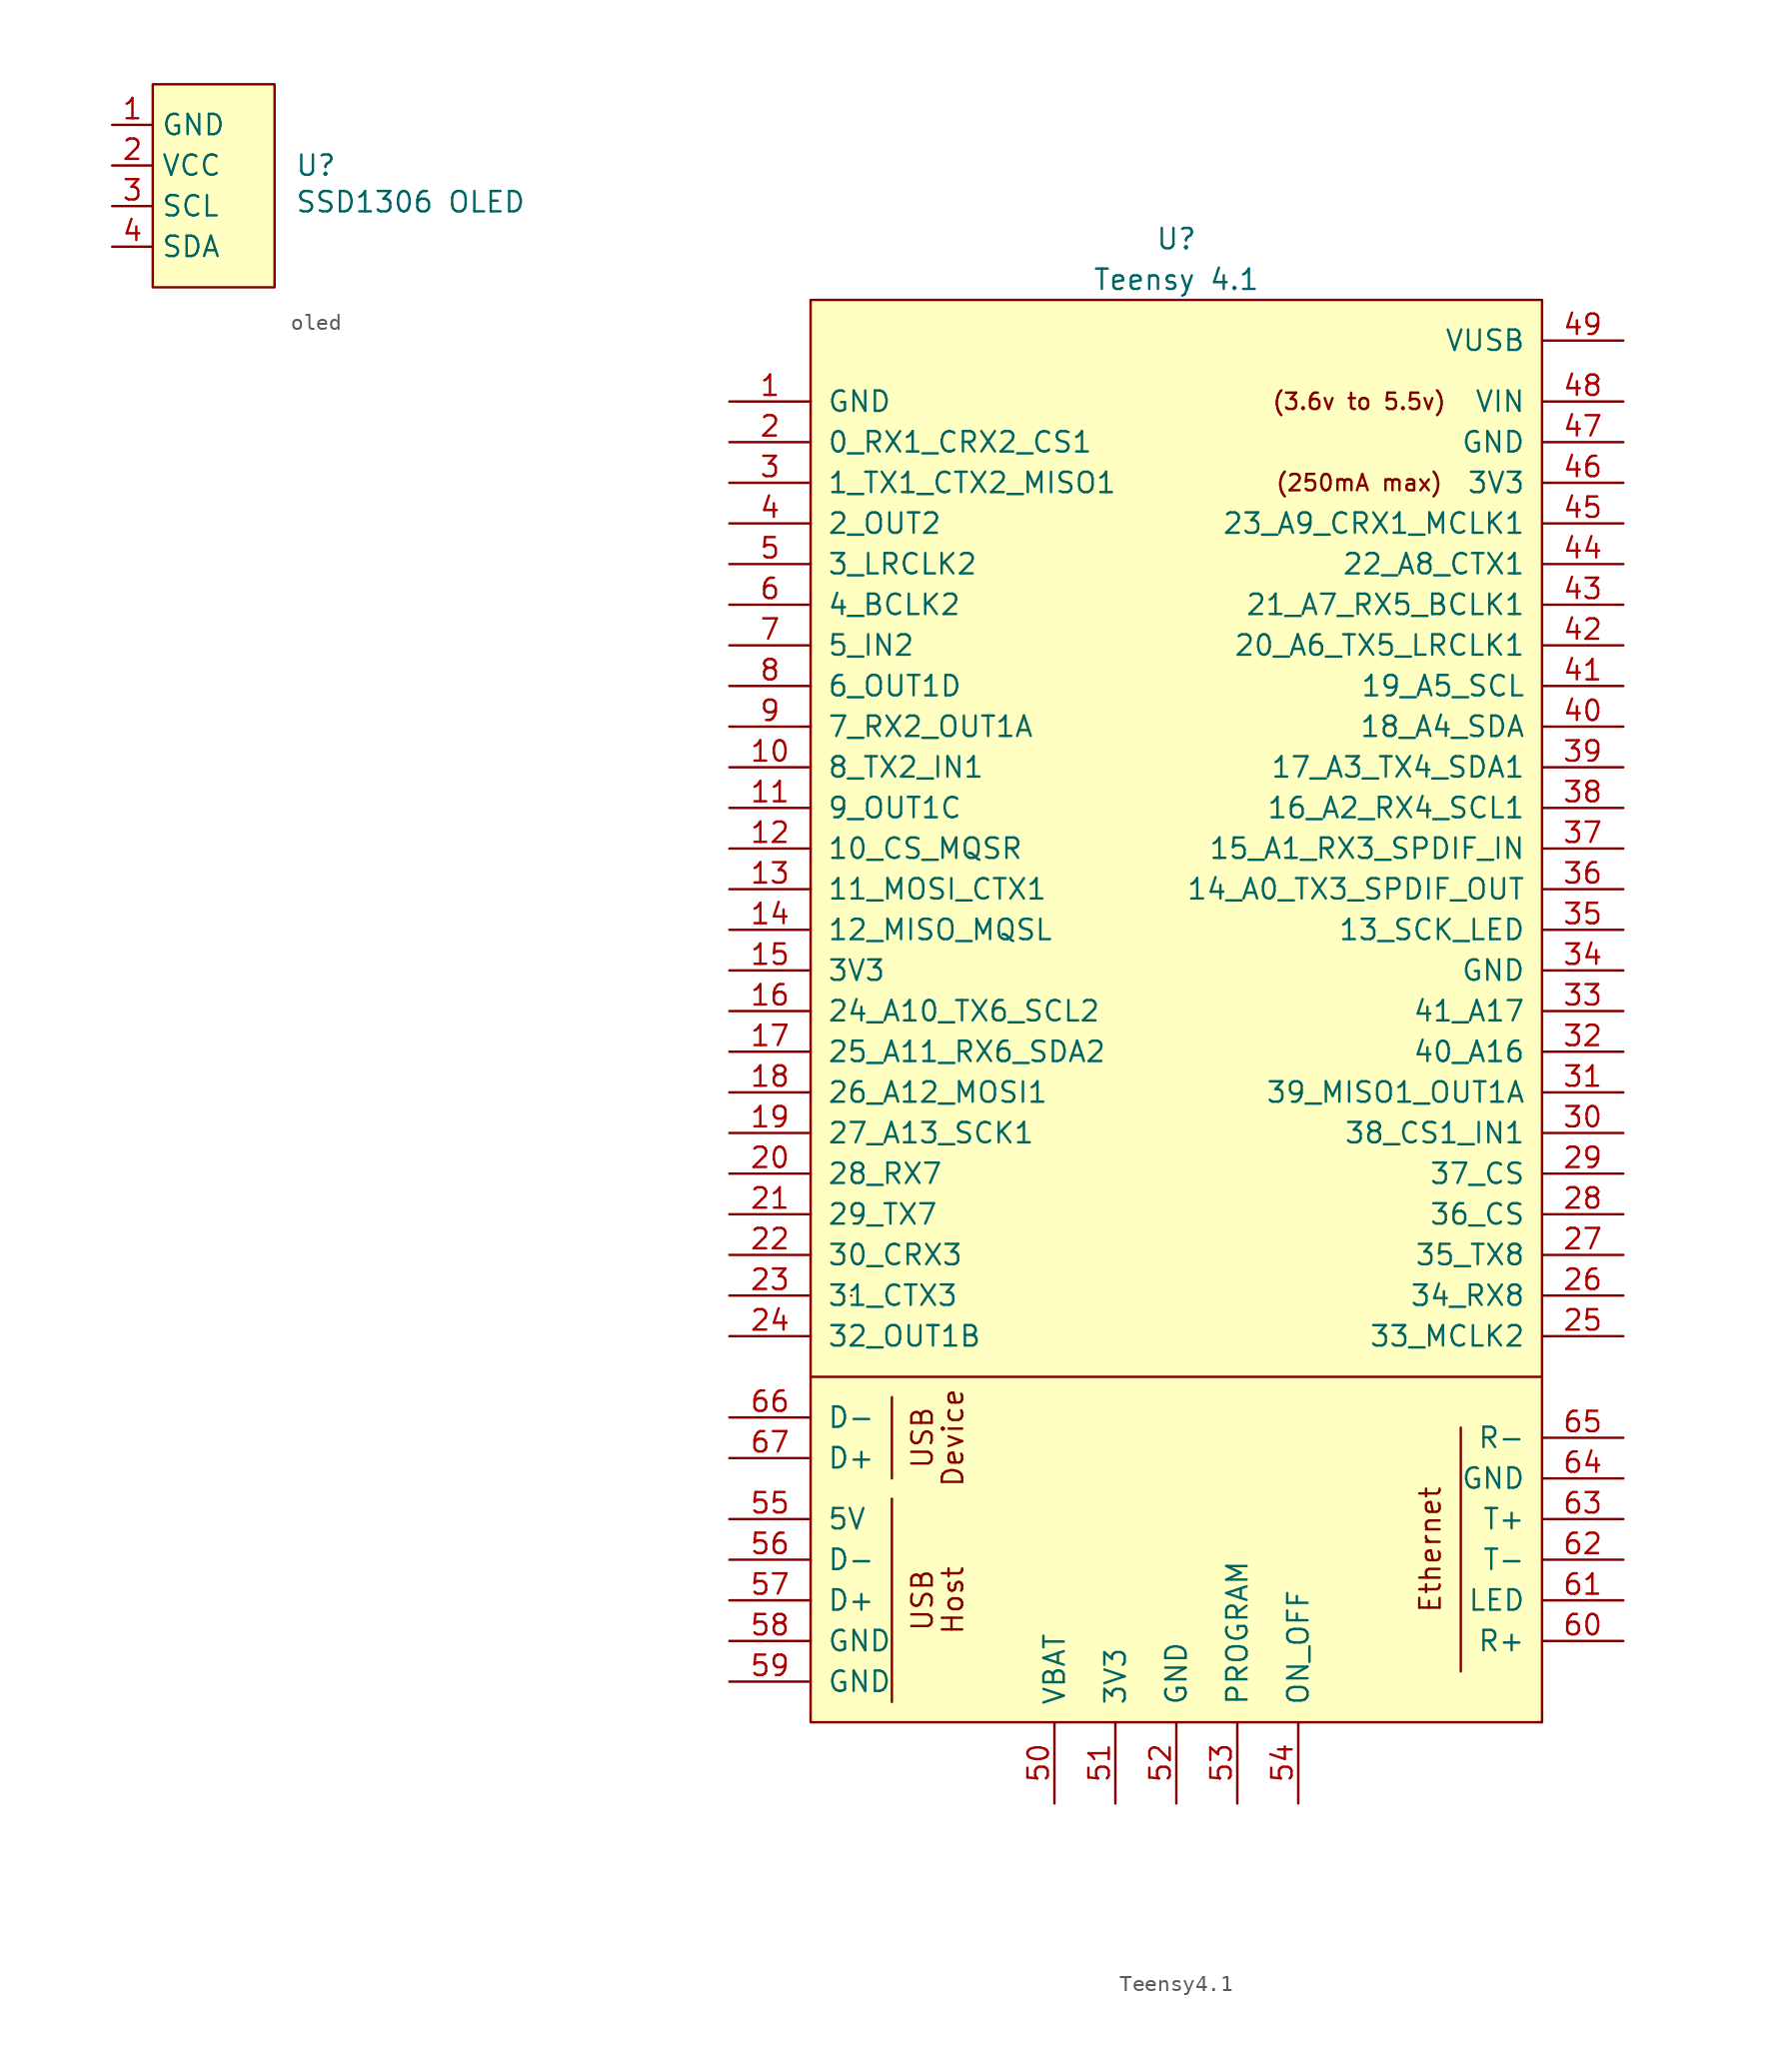
<source format=kicad_sym>
(kicad_symbol_lib
  (version 20241209)
  (generator "kicad_symbol_editor")
  (generator_version "9.0")
  (symbol "oled"
    (property "Reference" "U"
      (at 5.08 -6.35 0)
      (effects (font (size 1.27 1.27)) (justify left)))
    (property "Value" "SSD1306 OLED"
      (at 5.08 -8.636 0)
      (effects (font (size 1.27 1.27)) (justify left)))
    (symbol "oled_0_0"
      (pin passive line (at -6.35 -3.81 0) (length 2.54) (name "GND" (effects (font (size 1.27 1.27)))) (number "1" (effects (font (size 1.27 1.27)))))
      (pin passive line (at -6.35 -6.35 0) (length 2.54) (name "VCC" (effects (font (size 1.27 1.27)))) (number "2" (effects (font (size 1.27 1.27)))))
      (pin passive line (at -6.35 -8.89 0) (length 2.54) (name "SCL" (effects (font (size 1.27 1.27)))) (number "3" (effects (font (size 1.27 1.27)))))
      (pin passive line (at -6.35 -11.43 0) (length 2.54) (name "SDA" (effects (font (size 1.27 1.27)))) (number "4" (effects (font (size 1.27 1.27))))))
    (symbol "oled_1_1"
      (rectangle (start -3.81 -1.27) (end 3.81 -13.97) (stroke (width 0) (type solid)) (fill (type color) (color 255 255 194 1)))))
  (symbol "Teensy4.1"
    (pin_names
      (offset 1.016))
    (property "Reference" "U"
      (at 0 64.77 0)
      (effects (font (size 1.27 1.27))))
    (property "Value" "Teensy 4.1"
      (at 0 62.23 0)
      (effects (font (size 1.27 1.27))))
    (symbol "Teensy4.1_0_0"
      (polyline (pts (xy -22.86 -6.35) (xy 22.86 -6.35)) (stroke (width 0) (type solid)) (fill (type none)))
      (polyline (pts (xy -17.78 -7.62) (xy -17.78 -12.7)) (stroke (width 0) (type solid)) (fill (type none)))
      (polyline (pts (xy -17.78 -26.67) (xy -17.78 -13.97)) (stroke (width 0) (type solid)) (fill (type none)))
      (polyline (pts (xy 17.78 -9.525) (xy 17.78 -24.765)) (stroke (width 0) (type solid)) (fill (type none)))
      (text "USB" (at -15.875 -10.16 900) (effects (font (size 1.27 1.27))))
      (text "USB" (at -15.875 -20.32 900) (effects (font (size 1.27 1.27))))
      (text "Device" (at -13.97 -10.16 900) (effects (font (size 1.27 1.27))))
      (text "Host" (at -13.97 -20.32 900) (effects (font (size 1.27 1.27))))
      (text "(3.6v to 5.5v)" (at 11.43 54.61 0) (effects (font (size 1.016 1.016))))
      (text "(250mA max)" (at 11.43 49.53 0) (effects (font (size 1.016 1.016))))
      (text "Ethernet" (at 15.875 -17.145 900) (effects (font (size 1.27 1.27))))
      (pin bidirectional line (at -27.94 44.45 0) (length 5.08) (name "3_LRCLK2" (effects (font (size 1.27 1.27)))) (number "5" (effects (font (size 1.27 1.27)))))
      (pin bidirectional line (at -27.94 41.91 0) (length 5.08) (name "4_BCLK2" (effects (font (size 1.27 1.27)))) (number "6" (effects (font (size 1.27 1.27)))))
      (pin bidirectional line (at -27.94 39.37 0) (length 5.08) (name "5_IN2" (effects (font (size 1.27 1.27)))) (number "7" (effects (font (size 1.27 1.27)))))
      (pin bidirectional line (at -27.94 36.83 0) (length 5.08) (name "6_OUT1D" (effects (font (size 1.27 1.27)))) (number "8" (effects (font (size 1.27 1.27)))))
      (pin bidirectional line (at -27.94 34.29 0) (length 5.08) (name "7_RX2_OUT1A" (effects (font (size 1.27 1.27)))) (number "9" (effects (font (size 1.27 1.27)))))
      (pin bidirectional line (at -27.94 31.75 0) (length 5.08) (name "8_TX2_IN1" (effects (font (size 1.27 1.27)))) (number "10" (effects (font (size 1.27 1.27)))))
      (pin bidirectional line (at -27.94 29.21 0) (length 5.08) (name "9_OUT1C" (effects (font (size 1.27 1.27)))) (number "11" (effects (font (size 1.27 1.27)))))
      (pin bidirectional line (at -27.94 26.67 0) (length 5.08) (name "10_CS_MQSR" (effects (font (size 1.27 1.27)))) (number "12" (effects (font (size 1.27 1.27)))))
      (pin bidirectional line (at -27.94 24.13 0) (length 5.08) (name "11_MOSI_CTX1" (effects (font (size 1.27 1.27)))) (number "13" (effects (font (size 1.27 1.27)))))
      (pin bidirectional line (at -27.94 21.59 0) (length 5.08) (name "12_MISO_MQSL" (effects (font (size 1.27 1.27)))) (number "14" (effects (font (size 1.27 1.27)))))
      (pin power_in line (at -27.94 19.05 0) (length 5.08) (name "3V3" (effects (font (size 1.27 1.27)))) (number "15" (effects (font (size 1.27 1.27)))))
      (pin bidirectional line (at -27.94 16.51 0) (length 5.08) (name "24_A10_TX6_SCL2" (effects (font (size 1.27 1.27)))) (number "16" (effects (font (size 1.27 1.27)))))
      (pin bidirectional line (at -27.94 13.97 0) (length 5.08) (name "25_A11_RX6_SDA2" (effects (font (size 1.27 1.27)))) (number "17" (effects (font (size 1.27 1.27)))))
      (pin bidirectional line (at -27.94 11.43 0) (length 5.08) (name "26_A12_MOSI1" (effects (font (size 1.27 1.27)))) (number "18" (effects (font (size 1.27 1.27)))))
      (pin bidirectional line (at -27.94 8.89 0) (length 5.08) (name "27_A13_SCK1" (effects (font (size 1.27 1.27)))) (number "19" (effects (font (size 1.27 1.27)))))
      (pin bidirectional line (at -27.94 6.35 0) (length 5.08) (name "28_RX7" (effects (font (size 1.27 1.27)))) (number "20" (effects (font (size 1.27 1.27)))))
      (pin bidirectional line (at -27.94 3.81 0) (length 5.08) (name "29_TX7" (effects (font (size 1.27 1.27)))) (number "21" (effects (font (size 1.27 1.27)))))
      (pin bidirectional line (at -27.94 1.27 0) (length 5.08) (name "30_CRX3" (effects (font (size 1.27 1.27)))) (number "22" (effects (font (size 1.27 1.27)))))
      (pin bidirectional line (at -27.94 -1.27 0) (length 5.08) (name "31_CTX3" (effects (font (size 1.27 1.27)))) (number "23" (effects (font (size 1.27 1.27)))))
      (pin bidirectional line (at -27.94 -3.81 0) (length 5.08) (name "32_OUT1B" (effects (font (size 1.27 1.27)))) (number "24" (effects (font (size 1.27 1.27)))))
      (pin bidirectional line (at -27.94 -8.89 0) (length 5.08) (name "D-" (effects (font (size 1.27 1.27)))) (number "66" (effects (font (size 1.27 1.27)))))
      (pin bidirectional line (at -27.94 -11.43 0) (length 5.08) (name "D+" (effects (font (size 1.27 1.27)))) (number "67" (effects (font (size 1.27 1.27)))))
      (pin power_out line (at -27.94 -15.24 0) (length 5.08) (name "5V" (effects (font (size 1.27 1.27)))) (number "55" (effects (font (size 1.27 1.27)))))
      (pin bidirectional line (at -27.94 -17.78 0) (length 5.08) (name "D-" (effects (font (size 1.27 1.27)))) (number "56" (effects (font (size 1.27 1.27)))))
      (pin bidirectional line (at -27.94 -20.32 0) (length 5.08) (name "D+" (effects (font (size 1.27 1.27)))) (number "57" (effects (font (size 1.27 1.27)))))
      (pin power_in line (at -27.94 -22.86 0) (length 5.08) (name "GND" (effects (font (size 1.27 1.27)))) (number "58" (effects (font (size 1.27 1.27)))))
      (pin power_in line (at -27.94 -25.4 0) (length 5.08) (name "GND" (effects (font (size 1.27 1.27)))) (number "59" (effects (font (size 1.27 1.27)))))
      (pin power_in line (at -7.62 -33.02 90) (length 5.08) (name "VBAT" (effects (font (size 1.27 1.27)))) (number "50" (effects (font (size 1.27 1.27)))))
      (pin power_in line (at -3.81 -33.02 90) (length 5.08) (name "3V3" (effects (font (size 1.27 1.27)))) (number "51" (effects (font (size 1.27 1.27)))))
      (pin input line (at 0 -33.02 90) (length 5.08) (name "GND" (effects (font (size 1.27 1.27)))) (number "52" (effects (font (size 1.27 1.27)))))
      (pin input line (at 3.81 -33.02 90) (length 5.08) (name "PROGRAM" (effects (font (size 1.27 1.27)))) (number "53" (effects (font (size 1.27 1.27)))))
      (pin input line (at 7.62 -33.02 90) (length 5.08) (name "ON_OFF" (effects (font (size 1.27 1.27)))) (number "54" (effects (font (size 1.27 1.27)))))
      (pin power_out line (at 27.94 58.42 180) (length 5.08) (name "VUSB" (effects (font (size 1.27 1.27)))) (number "49" (effects (font (size 1.27 1.27)))))
      (pin power_in line (at 27.94 54.61 180) (length 5.08) (name "VIN" (effects (font (size 1.27 1.27)))) (number "48" (effects (font (size 1.27 1.27)))))
      (pin output line (at 27.94 52.07 180) (length 5.08) (name "GND" (effects (font (size 1.27 1.27)))) (number "47" (effects (font (size 1.27 1.27)))))
      (pin output line (at 27.94 49.53 180) (length 5.08) (name "3V3" (effects (font (size 1.27 1.27)))) (number "46" (effects (font (size 1.27 1.27)))))
      (pin bidirectional line (at 27.94 46.99 180) (length 5.08) (name "23_A9_CRX1_MCLK1" (effects (font (size 1.27 1.27)))) (number "45" (effects (font (size 1.27 1.27)))))
      (pin bidirectional line (at 27.94 44.45 180) (length 5.08) (name "22_A8_CTX1" (effects (font (size 1.27 1.27)))) (number "44" (effects (font (size 1.27 1.27)))))
      (pin bidirectional line (at 27.94 41.91 180) (length 5.08) (name "21_A7_RX5_BCLK1" (effects (font (size 1.27 1.27)))) (number "43" (effects (font (size 1.27 1.27)))))
      (pin bidirectional line (at 27.94 39.37 180) (length 5.08) (name "20_A6_TX5_LRCLK1" (effects (font (size 1.27 1.27)))) (number "42" (effects (font (size 1.27 1.27)))))
      (pin bidirectional line (at 27.94 36.83 180) (length 5.08) (name "19_A5_SCL" (effects (font (size 1.27 1.27)))) (number "41" (effects (font (size 1.27 1.27)))))
      (pin bidirectional line (at 27.94 34.29 180) (length 5.08) (name "18_A4_SDA" (effects (font (size 1.27 1.27)))) (number "40" (effects (font (size 1.27 1.27)))))
      (pin bidirectional line (at 27.94 31.75 180) (length 5.08) (name "17_A3_TX4_SDA1" (effects (font (size 1.27 1.27)))) (number "39" (effects (font (size 1.27 1.27)))))
      (pin bidirectional line (at 27.94 29.21 180) (length 5.08) (name "16_A2_RX4_SCL1" (effects (font (size 1.27 1.27)))) (number "38" (effects (font (size 1.27 1.27)))))
      (pin bidirectional line (at 27.94 26.67 180) (length 5.08) (name "15_A1_RX3_SPDIF_IN" (effects (font (size 1.27 1.27)))) (number "37" (effects (font (size 1.27 1.27)))))
      (pin bidirectional line (at 27.94 24.13 180) (length 5.08) (name "14_A0_TX3_SPDIF_OUT" (effects (font (size 1.27 1.27)))) (number "36" (effects (font (size 1.27 1.27)))))
      (pin bidirectional line (at 27.94 21.59 180) (length 5.08) (name "13_SCK_LED" (effects (font (size 1.27 1.27)))) (number "35" (effects (font (size 1.27 1.27)))))
      (pin bidirectional line (at 27.94 16.51 180) (length 5.08) (name "41_A17" (effects (font (size 1.27 1.27)))) (number "33" (effects (font (size 1.27 1.27)))))
      (pin bidirectional line (at 27.94 13.97 180) (length 5.08) (name "40_A16" (effects (font (size 1.27 1.27)))) (number "32" (effects (font (size 1.27 1.27)))))
      (pin bidirectional line (at 27.94 11.43 180) (length 5.08) (name "39_MISO1_OUT1A" (effects (font (size 1.27 1.27)))) (number "31" (effects (font (size 1.27 1.27)))))
      (pin bidirectional line (at 27.94 8.89 180) (length 5.08) (name "38_CS1_IN1" (effects (font (size 1.27 1.27)))) (number "30" (effects (font (size 1.27 1.27)))))
      (pin bidirectional line (at 27.94 6.35 180) (length 5.08) (name "37_CS" (effects (font (size 1.27 1.27)))) (number "29" (effects (font (size 1.27 1.27)))))
      (pin bidirectional line (at 27.94 3.81 180) (length 5.08) (name "36_CS" (effects (font (size 1.27 1.27)))) (number "28" (effects (font (size 1.27 1.27)))))
      (pin bidirectional line (at 27.94 1.27 180) (length 5.08) (name "35_TX8" (effects (font (size 1.27 1.27)))) (number "27" (effects (font (size 1.27 1.27)))))
      (pin bidirectional line (at 27.94 -1.27 180) (length 5.08) (name "34_RX8" (effects (font (size 1.27 1.27)))) (number "26" (effects (font (size 1.27 1.27)))))
      (pin bidirectional line (at 27.94 -3.81 180) (length 5.08) (name "33_MCLK2" (effects (font (size 1.27 1.27)))) (number "25" (effects (font (size 1.27 1.27)))))
      (pin bidirectional line (at 27.94 -10.16 180) (length 5.08) (name "R-" (effects (font (size 1.27 1.27)))) (number "65" (effects (font (size 1.27 1.27)))))
      (pin power_in line (at 27.94 -12.7 180) (length 5.08) (name "GND" (effects (font (size 1.27 1.27)))) (number "64" (effects (font (size 1.27 1.27)))))
      (pin bidirectional line (at 27.94 -15.24 180) (length 5.08) (name "T+" (effects (font (size 1.27 1.27)))) (number "63" (effects (font (size 1.27 1.27)))))
      (pin bidirectional line (at 27.94 -17.78 180) (length 5.08) (name "T-" (effects (font (size 1.27 1.27)))) (number "62" (effects (font (size 1.27 1.27)))))
      (pin bidirectional line (at 27.94 -20.32 180) (length 5.08) (name "LED" (effects (font (size 1.27 1.27)))) (number "61" (effects (font (size 1.27 1.27)))))
      (pin bidirectional line (at 27.94 -22.86 180) (length 5.08) (name "R+" (effects (font (size 1.27 1.27)))) (number "60" (effects (font (size 1.27 1.27))))))
    (symbol "Teensy4.1_0_1"
      (rectangle (start -20.32 -1.27) (end -20.32 -1.27) (stroke (width 0) (type solid)) (fill (type none))))
    (symbol "Teensy4.1_1_1"
      (rectangle (start -22.86 60.96) (end 22.86 -27.94) (stroke (width 0) (type solid)) (fill (type color) (color 255 255 194 1)))
      (pin power_in line (at -27.94 54.61 0) (length 5.08) (name "GND" (effects (font (size 1.27 1.27)))) (number "1" (effects (font (size 1.27 1.27)))))
      (pin bidirectional line (at -27.94 52.07 0) (length 5.08) (name "0_RX1_CRX2_CS1" (effects (font (size 1.27 1.27)))) (number "2" (effects (font (size 1.27 1.27)))))
      (pin bidirectional line (at -27.94 49.53 0) (length 5.08) (name "1_TX1_CTX2_MISO1" (effects (font (size 1.27 1.27)))) (number "3" (effects (font (size 1.27 1.27)))))
      (pin bidirectional line (at -27.94 46.99 0) (length 5.08) (name "2_OUT2" (effects (font (size 1.27 1.27)))) (number "4" (effects (font (size 1.27 1.27)))))
      (pin power_in line (at 27.94 19.05 180) (length 5.08) (name "GND" (effects (font (size 1.27 1.27)))) (number "34" (effects (font (size 1.27 1.27))))))))
</source>
